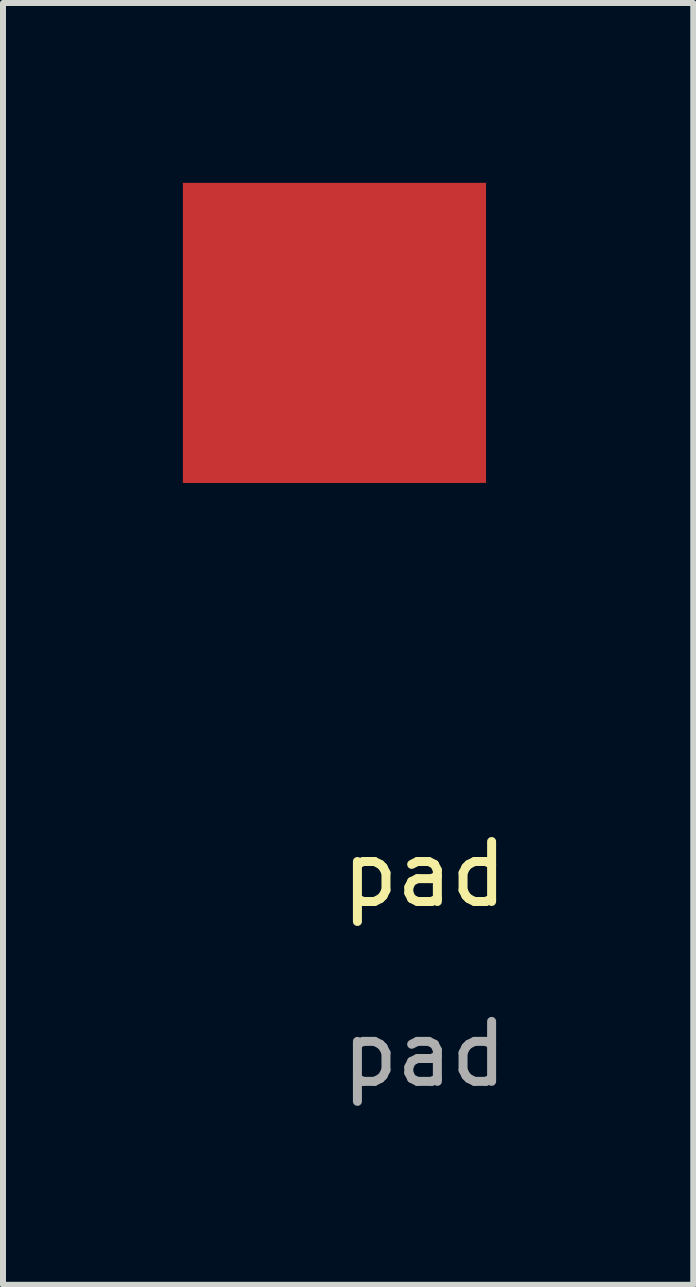
<source format=kicad_pcb>
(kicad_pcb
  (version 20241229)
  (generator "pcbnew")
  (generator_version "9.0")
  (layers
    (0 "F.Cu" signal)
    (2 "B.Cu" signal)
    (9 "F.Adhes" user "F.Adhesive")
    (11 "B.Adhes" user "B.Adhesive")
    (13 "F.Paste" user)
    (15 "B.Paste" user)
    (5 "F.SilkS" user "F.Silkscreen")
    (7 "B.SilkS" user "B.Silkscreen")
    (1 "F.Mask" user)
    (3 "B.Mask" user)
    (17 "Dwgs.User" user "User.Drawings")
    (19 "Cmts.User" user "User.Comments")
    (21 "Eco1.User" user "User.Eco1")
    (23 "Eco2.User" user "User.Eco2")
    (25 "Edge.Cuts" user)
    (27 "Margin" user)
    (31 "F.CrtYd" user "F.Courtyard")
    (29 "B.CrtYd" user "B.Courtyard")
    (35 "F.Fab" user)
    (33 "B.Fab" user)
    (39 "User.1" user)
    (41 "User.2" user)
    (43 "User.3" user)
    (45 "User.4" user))
  (footprint "pad"
    (layer "F.Cu")
    (at 4.03 12.03)
    (property "Reference" "pad" (at 0 -0.5 0) (unlocked yes) (layer "F.SilkS") (effects (font (size 1 1) (thickness 0.15))))
    (attr smd)
    (fp_text user "${REFERENCE}" (at 0 2.5 0) (unlocked yes) (layer "F.Fab") (effects (font (size 1 1) (thickness 0.15))))
    (pad "1" smd trapezoid (at -1.502 -9.528 90) (size 5.005 5.056) (layers "F.Cu")))
  (gr_rect
    (start -3 -3)
    (end 8.512 18.378)
    (stroke (width 0.1) (type default))
    (fill no)
    (layer "Edge.Cuts")))
</source>
